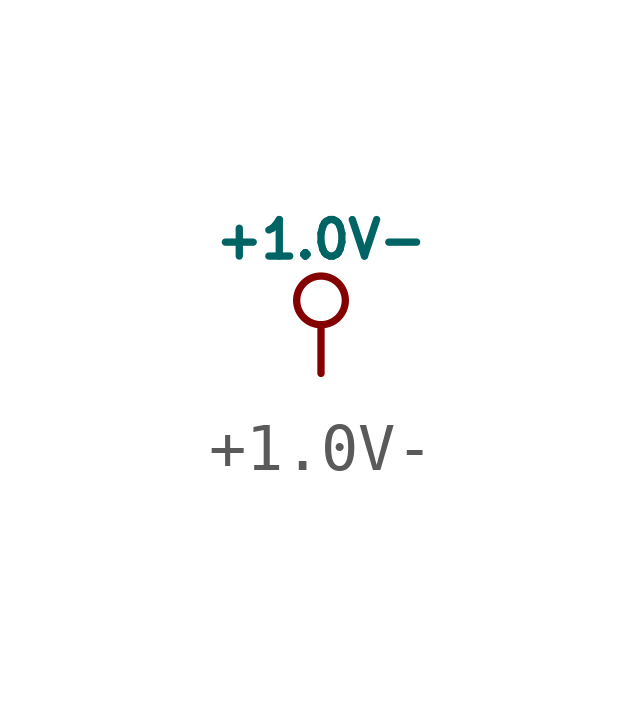
<source format=kicad_sym>
(kicad_symbol_lib
  (version 20220914)
  (generator kicad_symbol_editor)
  (symbol "+1.0V-"
    (power)
    (pin_names
      (offset 0))
    (property "Reference" "#PWR"
      (at 0 -1.016 0)
      (effects (font (size 0.762 0.762)) hide))
    (property "Value" "+1.0V-"
      (at 0 2.794 0)
      (effects (font (size 0.762 0.762))))
    (symbol "+1.0V-_0_0"
      (pin power_in line (at 0 0 90) (length 0) hide (name "+1.0V" (effects (font (size 0.762 0.762)))) (number "1" (effects (font (size 0.762 0.762))))))
    (symbol "+1.0V-_0_1"
      (polyline (pts (xy 0 0) (xy 0 1.016) (xy 0 1.016)) (stroke (width 0) (type solid)) (fill (type none)))
      (circle (center 0 1.524) (radius 0.508) (stroke (width 0) (type solid)) (fill (type none))))))
</source>
